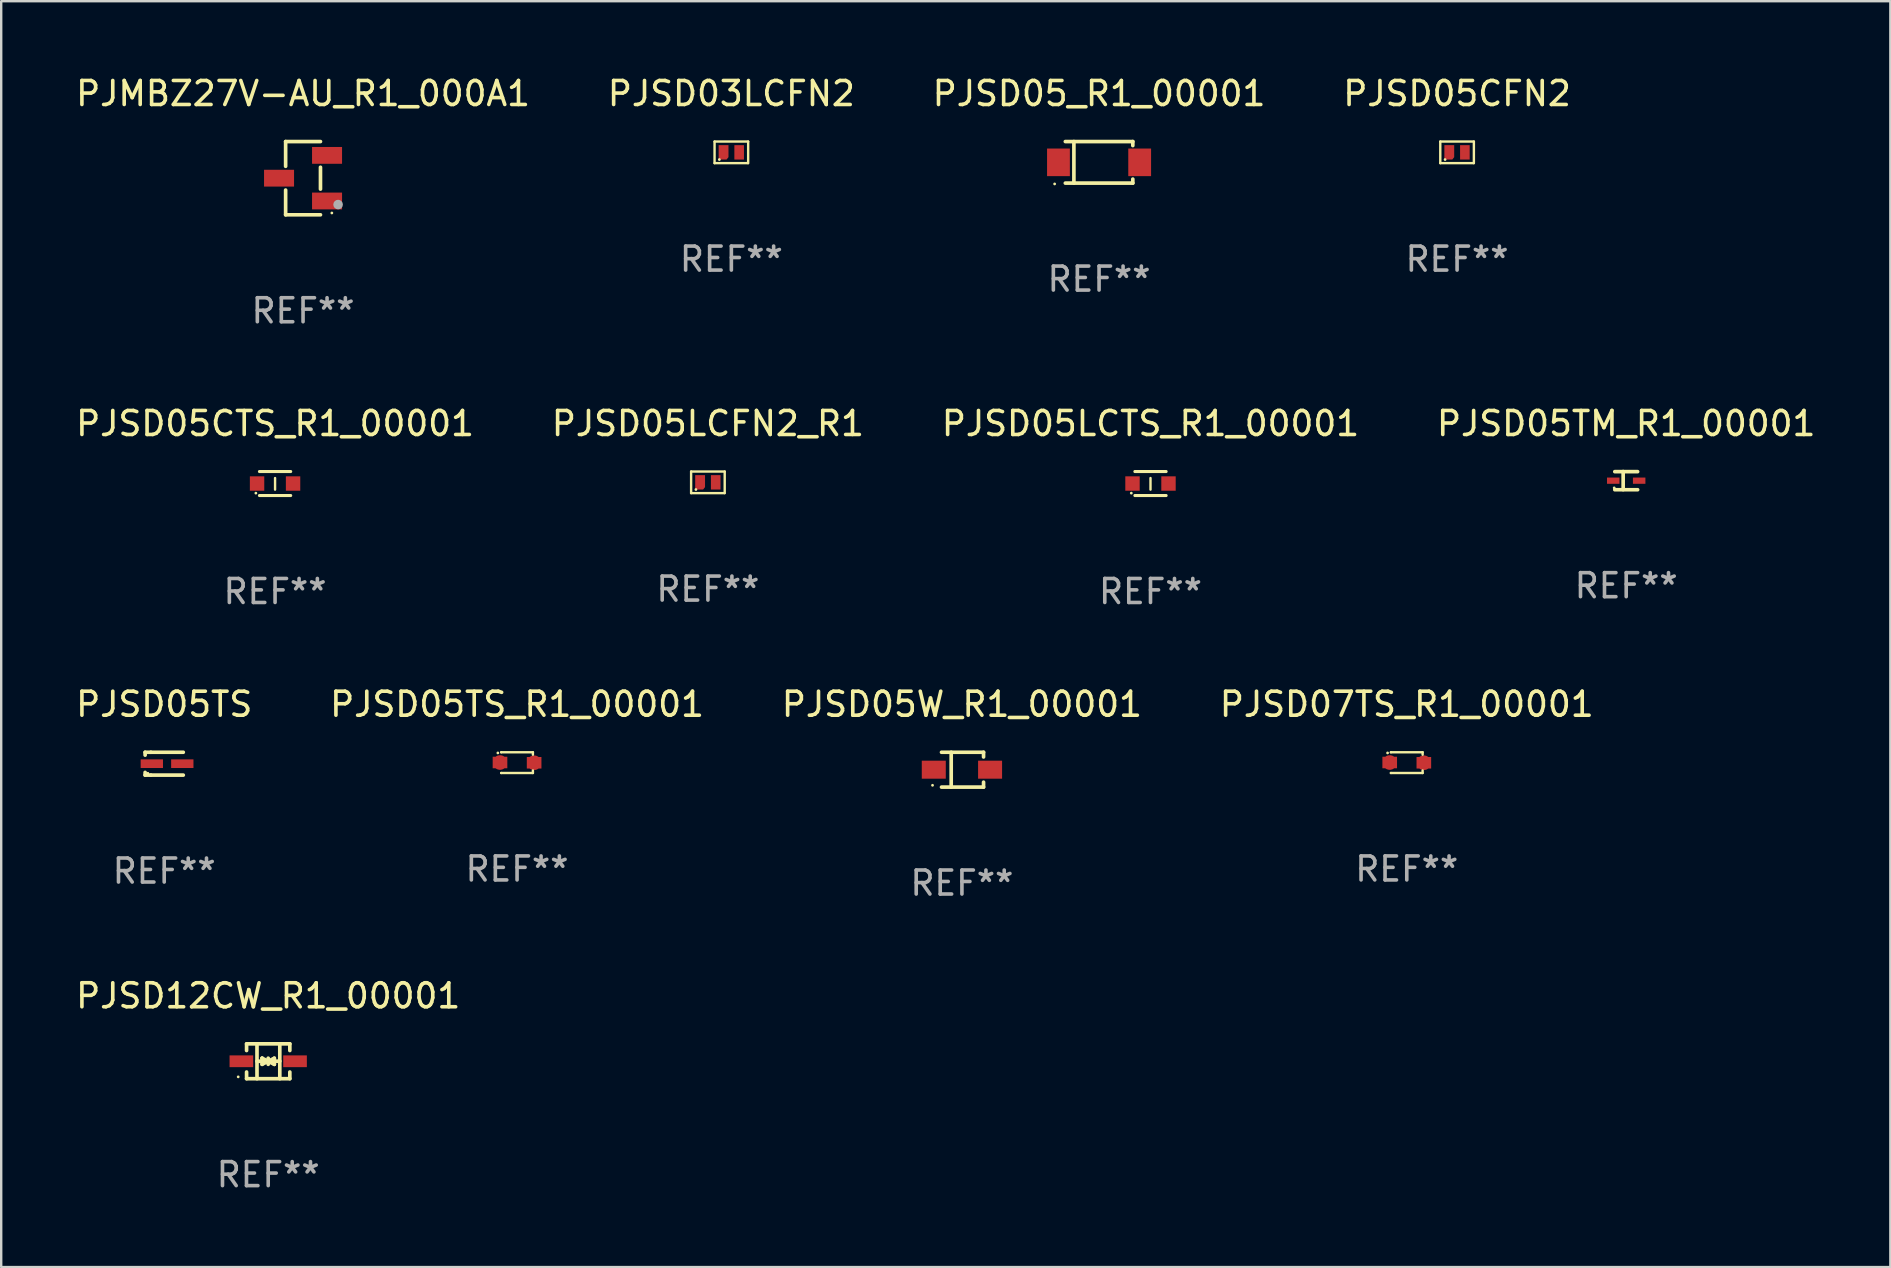
<source format=kicad_pcb>
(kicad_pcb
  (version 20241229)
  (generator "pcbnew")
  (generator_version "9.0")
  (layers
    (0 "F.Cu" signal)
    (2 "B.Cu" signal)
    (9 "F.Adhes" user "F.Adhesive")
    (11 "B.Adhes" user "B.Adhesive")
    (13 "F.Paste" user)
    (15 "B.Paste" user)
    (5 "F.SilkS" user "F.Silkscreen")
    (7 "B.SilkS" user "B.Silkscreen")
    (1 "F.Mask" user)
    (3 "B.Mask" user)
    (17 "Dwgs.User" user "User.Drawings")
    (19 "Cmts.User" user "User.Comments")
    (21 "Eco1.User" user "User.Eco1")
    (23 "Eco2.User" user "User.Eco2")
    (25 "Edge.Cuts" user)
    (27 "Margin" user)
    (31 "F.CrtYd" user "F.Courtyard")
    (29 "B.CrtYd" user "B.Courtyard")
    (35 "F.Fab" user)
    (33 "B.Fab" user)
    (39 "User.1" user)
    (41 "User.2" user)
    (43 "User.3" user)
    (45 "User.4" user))
  (footprint "PJSD05LCFN2_R1"
    (layer "F.Cu")
    (at 26.446 17.047)
    (property "Reference" "PJSD05LCFN2_R1" (at 0 -2.45 0) (layer "F.SilkS") (effects (font (size 1 1) (thickness 0.15))))
    (attr through_hole)
    (fp_line (start -0.7 -0.45) (end -0.7 0.45) (stroke (width 0.1) (type solid)) (layer "F.SilkS"))
    (fp_line (start -0.7 -0.45) (end 0.7 -0.45) (stroke (width 0.1) (type solid)) (layer "F.SilkS"))
    (fp_line (start -0.7 0.45) (end 0.69 0.45) (stroke (width 0.1) (type solid)) (layer "F.SilkS"))
    (fp_line (start 0.7 -0.45) (end 0.7 0.45) (stroke (width 0.1) (type solid)) (layer "F.SilkS"))
    (fp_circle (center -0.5 0.3) (end -0.47 0.3) (stroke (width 0.06) (type solid)) (fill no) (layer "F.SilkS"))
    (fp_text user "REF**" (at 0 4.45 0) (layer "F.Fab") (effects (font (size 1 1) (thickness 0.15))))
    (pad "1" smd custom (at -0.325 0) (size 0.41 0.6) (layers "F.Cu" "F.Mask" "F.Paste") (options (anchor circle)) (primitives (gr_poly (pts (xy -0.205 -0.3) (xy -0.205 0.3) (xy 0.125 0.3) (xy 0.205 0.2) (xy 0.205 -0.3) (xy -0.205 -0.3)) (width 0) (fill yes))))
    (pad "2" smd rect (at 0.325 0 90) (size 0.6 0.4) (layers "F.Cu" "F.Mask" "F.Paste")))
  (footprint "PJSD05CTS_R1_00001"
    (layer "F.Cu")
    (at 8.411 17.097)
    (property "Reference" "PJSD05CTS_R1_00001" (at 0 -2.5 0) (layer "F.SilkS") (effects (font (size 1 1) (thickness 0.15))))
    (attr through_hole)
    (fp_line (start -0.65 -0.5) (end 0.65 -0.5) (stroke (width 0.13) (type solid)) (layer "F.SilkS"))
    (fp_line (start -0.65 0.5) (end 0.65 0.5) (stroke (width 0.13) (type solid)) (layer "F.SilkS"))
    (fp_line (start 0 -0.229) (end 0 0.254) (stroke (width 0.1) (type solid)) (layer "F.SilkS"))
    (fp_circle (center -0.8 0.4) (end -0.77 0.4) (stroke (width 0.06) (type solid)) (fill no) (layer "F.SilkS"))
    (fp_text user "REF**" (at 0 4.5 0) (layer "F.Fab") (effects (font (size 1 1) (thickness 0.15))))
    (pad "1" smd rect (at -0.75 0) (size 0.6 0.6) (layers "F.Cu" "F.Mask" "F.Paste"))
    (pad "2" smd rect (at 0.75 0 180) (size 0.6 0.6) (layers "F.Cu" "F.Mask" "F.Paste")))
  (footprint "PJSD05TS_R1_00001"
    (layer "F.Cu")
    (at 18.494 28.726)
    (property "Reference" "PJSD05TS_R1_00001" (at 0 -2.432 0) (layer "F.SilkS") (effects (font (size 1 1) (thickness 0.15))))
    (attr through_hole)
    (fp_line (start -0.661 0.432) (end -0.661 0.432) (stroke (width 0.1) (type solid)) (layer "F.SilkS"))
    (fp_line (start -0.661 -0.432) (end -0.661 -0.432) (stroke (width 0.1) (type solid)) (layer "F.SilkS"))
    (fp_line (start -0.661 -0.432) (end 0.66 -0.432) (stroke (width 0.1) (type solid)) (layer "F.SilkS"))
    (fp_line (start 0.66 0.326) (end 0.66 0.432) (stroke (width 0.1) (type solid)) (layer "F.SilkS"))
    (fp_line (start 0.66 0.432) (end -0.661 0.432) (stroke (width 0.1) (type solid)) (layer "F.SilkS"))
    (fp_line (start 0.66 -0.432) (end 0.66 -0.33) (stroke (width 0.1) (type solid)) (layer "F.SilkS"))
    (fp_circle (center -0.8 -0.404) (end -0.77 -0.404) (stroke (width 0.06) (type solid)) (fill no) (layer "F.SilkS"))
    (fp_text user "REF**" (at 0 4.432 0) (layer "F.Fab") (effects (font (size 1 1) (thickness 0.15))))
    (pad "1" smd custom (at -0.711 -0.005) (size 0.61 0.483) (layers "F.Cu" "F.Mask" "F.Paste") (options (anchor circle)) (primitives (gr_poly (pts (xy -0.305 -0.241) (xy 0.305 -0.241) (xy 0.305 0.241) (xy -0.305 0.241)) (width 0) (fill yes))))
    (pad "2" smd custom (at 0.711 0.005) (size 0.61 0.483) (layers "F.Cu" "F.Mask" "F.Paste") (options (anchor circle)) (primitives (gr_poly (pts (xy -0.305 -0.241) (xy 0.305 -0.241) (xy 0.305 0.241) (xy -0.305 0.241)) (width 0) (fill yes)))))
  (footprint "PJSD07TS_R1_00001"
    (layer "F.Cu")
    (at 55.565 28.726)
    (property "Reference" "PJSD07TS_R1_00001" (at 0 -2.432 0) (layer "F.SilkS") (effects (font (size 1 1) (thickness 0.15))))
    (attr through_hole)
    (fp_line (start -0.661 0.432) (end -0.661 0.432) (stroke (width 0.1) (type solid)) (layer "F.SilkS"))
    (fp_line (start -0.661 -0.432) (end -0.661 -0.432) (stroke (width 0.1) (type solid)) (layer "F.SilkS"))
    (fp_line (start -0.661 -0.432) (end 0.66 -0.432) (stroke (width 0.1) (type solid)) (layer "F.SilkS"))
    (fp_line (start 0.66 0.326) (end 0.66 0.432) (stroke (width 0.1) (type solid)) (layer "F.SilkS"))
    (fp_line (start 0.66 0.432) (end -0.661 0.432) (stroke (width 0.1) (type solid)) (layer "F.SilkS"))
    (fp_line (start 0.66 -0.432) (end 0.66 -0.33) (stroke (width 0.1) (type solid)) (layer "F.SilkS"))
    (fp_circle (center -0.8 -0.404) (end -0.77 -0.404) (stroke (width 0.06) (type solid)) (fill no) (layer "F.SilkS"))
    (fp_text user "REF**" (at 0 4.432 0) (layer "F.Fab") (effects (font (size 1 1) (thickness 0.15))))
    (pad "1" smd custom (at -0.711 -0.005) (size 0.61 0.483) (layers "F.Cu" "F.Mask" "F.Paste") (options (anchor circle)) (primitives (gr_poly (pts (xy -0.305 -0.241) (xy 0.305 -0.241) (xy 0.305 0.241) (xy -0.305 0.241)) (width 0) (fill yes))))
    (pad "2" smd custom (at 0.711 0.005) (size 0.61 0.483) (layers "F.Cu" "F.Mask" "F.Paste") (options (anchor circle)) (primitives (gr_poly (pts (xy -0.305 -0.241) (xy 0.305 -0.241) (xy 0.305 0.241) (xy -0.305 0.241)) (width 0) (fill yes)))))
  (footprint "PJSD05CFN2"
    (layer "F.Cu")
    (at 57.661 3.298)
    (property "Reference" "PJSD05CFN2" (at 0 -2.45 0) (layer "F.SilkS") (effects (font (size 1 1) (thickness 0.15))))
    (attr through_hole)
    (fp_line (start -0.7 -0.45) (end -0.7 0.45) (stroke (width 0.1) (type solid)) (layer "F.SilkS"))
    (fp_line (start -0.7 -0.45) (end 0.7 -0.45) (stroke (width 0.1) (type solid)) (layer "F.SilkS"))
    (fp_line (start -0.7 0.45) (end 0.69 0.45) (stroke (width 0.1) (type solid)) (layer "F.SilkS"))
    (fp_line (start 0.7 -0.45) (end 0.7 0.45) (stroke (width 0.1) (type solid)) (layer "F.SilkS"))
    (fp_circle (center -0.5 0.3) (end -0.47 0.3) (stroke (width 0.06) (type solid)) (fill no) (layer "F.SilkS"))
    (fp_text user "REF**" (at 0 4.45 0) (layer "F.Fab") (effects (font (size 1 1) (thickness 0.15))))
    (pad "1" smd custom (at -0.325 0) (size 0.41 0.6) (layers "F.Cu" "F.Mask" "F.Paste") (options (anchor circle)) (primitives (gr_poly (pts (xy -0.205 -0.3) (xy -0.205 0.3) (xy 0.125 0.3) (xy 0.205 0.2) (xy 0.205 -0.3) (xy -0.205 -0.3)) (width 0) (fill yes))))
    (pad "2" smd rect (at 0.325 0 90) (size 0.6 0.4) (layers "F.Cu" "F.Mask" "F.Paste")))
  (footprint "PJSD05LCTS_R1_00001"
    (layer "F.Cu")
    (at 44.887 17.097)
    (property "Reference" "PJSD05LCTS_R1_00001" (at 0 -2.5 0) (layer "F.SilkS") (effects (font (size 1 1) (thickness 0.15))))
    (attr through_hole)
    (fp_line (start -0.65 -0.5) (end 0.65 -0.5) (stroke (width 0.13) (type solid)) (layer "F.SilkS"))
    (fp_line (start -0.65 0.5) (end 0.65 0.5) (stroke (width 0.13) (type solid)) (layer "F.SilkS"))
    (fp_line (start 0 -0.229) (end 0 0.254) (stroke (width 0.1) (type solid)) (layer "F.SilkS"))
    (fp_circle (center -0.8 0.4) (end -0.77 0.4) (stroke (width 0.06) (type solid)) (fill no) (layer "F.SilkS"))
    (fp_text user "REF**" (at 0 4.5 0) (layer "F.Fab") (effects (font (size 1 1) (thickness 0.15))))
    (pad "1" smd rect (at -0.75 0) (size 0.6 0.6) (layers "F.Cu" "F.Mask" "F.Paste"))
    (pad "2" smd rect (at 0.75 0 180) (size 0.6 0.6) (layers "F.Cu" "F.Mask" "F.Paste")))
  (footprint "PJSD05W_R1_00001"
    (layer "F.Cu")
    (at 37.03 29.02)
    (property "Reference" "PJSD05W_R1_00001" (at 0 -2.726 0) (layer "F.SilkS") (effects (font (size 1 1) (thickness 0.15))))
    (attr through_hole)
    (fp_line (start -0.851 -0.726) (end 0.901 -0.726) (stroke (width 0.152) (type solid)) (layer "F.SilkS"))
    (fp_line (start -0.851 0.726) (end 0.901 0.726) (stroke (width 0.152) (type solid)) (layer "F.SilkS"))
    (fp_line (start -0.447 -0.726) (end -0.447 0.726) (stroke (width 0.152) (type solid)) (layer "F.SilkS"))
    (fp_line (start 0.901 -0.726) (end 0.901 -0.53) (stroke (width 0.152) (type solid)) (layer "F.SilkS"))
    (fp_line (start 0.901 0.726) (end 0.901 0.52) (stroke (width 0.152) (type solid)) (layer "F.SilkS"))
    (fp_circle (center -1.225 0.65) (end -1.195 0.65) (stroke (width 0.06) (type solid)) (fill no) (layer "F.SilkS"))
    (fp_text user "REF**" (at 0 4.726 0) (layer "F.Fab") (effects (font (size 1 1) (thickness 0.15))))
    (pad "1" smd rect (at -1.173 0) (size 1 0.75) (layers "F.Cu" "F.Mask" "F.Paste"))
    (pad "2" smd rect (at 1.173 0) (size 1 0.75) (layers "F.Cu" "F.Mask" "F.Paste")))
  (footprint "PJMBZ27V-AU_R1_000A1"
    (layer "F.Cu")
    (at 9.577 4.374)
    (property "Reference" "PJMBZ27V-AU_R1_000A1" (at 0 -3.526 0) (layer "F.SilkS") (effects (font (size 1 1) (thickness 0.15))))
    (attr through_hole)
    (fp_line (start -0.726 -1.526) (end -0.726 -0.495) (stroke (width 0.152) (type solid)) (layer "F.SilkS"))
    (fp_line (start -0.726 1.526) (end -0.726 0.495) (stroke (width 0.152) (type solid)) (layer "F.SilkS"))
    (fp_line (start 0.726 -1.526) (end -0.726 -1.526) (stroke (width 0.152) (type solid)) (layer "F.SilkS"))
    (fp_line (start 0.726 -0.455) (end 0.726 0.455) (stroke (width 0.152) (type solid)) (layer "F.SilkS"))
    (fp_line (start 0.726 1.526) (end -0.726 1.526) (stroke (width 0.152) (type solid)) (layer "F.SilkS"))
    (fp_circle (center 1.2 1.45) (end 1.23 1.45) (stroke (width 0.06) (type solid)) (fill no) (layer "F.SilkS"))
    (fp_circle (center 1.46 1.1) (end 1.56 1.1) (stroke (width 0.2) (type solid)) (fill no) (layer "F.Fab"))
    (fp_text user "REF**" (at 0 5.526 0) (layer "F.Fab") (effects (font (size 1 1) (thickness 0.15))))
    (pad "1" smd rect (at 1 0.95) (size 1.25 0.7) (layers "F.Cu" "F.Mask" "F.Paste"))
    (pad "2" smd rect (at 1 -0.95) (size 1.25 0.7) (layers "F.Cu" "F.Mask" "F.Paste"))
    (pad "3" smd rect (at -1 0) (size 1.25 0.7) (layers "F.Cu" "F.Mask" "F.Paste")))
  (footprint "PJSD05TS"
    (layer "F.Cu")
    (at 3.792 28.77)
    (property "Reference" "PJSD05TS" (at 0 -2.476 0) (layer "F.SilkS") (effects (font (size 1 1) (thickness 0.15))))
    (attr through_hole)
    (fp_line (start -0.795 -0.476) (end -0.795 -0.356) (stroke (width 0.152) (type solid)) (layer "F.SilkS"))
    (fp_line (start -0.795 0.363) (end -0.795 0.476) (stroke (width 0.152) (type solid)) (layer "F.SilkS"))
    (fp_line (start -0.795 0.476) (end -0.557 0.476) (stroke (width 0.152) (type solid)) (layer "F.SilkS"))
    (fp_line (start -0.557 -0.476) (end -0.795 -0.476) (stroke (width 0.152) (type solid)) (layer "F.SilkS"))
    (fp_line (start -0.557 -0.476) (end 0.795 -0.476) (stroke (width 0.152) (type solid)) (layer "F.SilkS"))
    (fp_line (start -0.557 0.476) (end 0.795 0.476) (stroke (width 0.152) (type solid)) (layer "F.SilkS"))
    (fp_circle (center -0.681 0.4) (end -0.651 0.4) (stroke (width 0.06) (type solid)) (fill no) (layer "F.SilkS"))
    (fp_text user "REF**" (at 0 4.476 0) (layer "F.Fab") (effects (font (size 1 1) (thickness 0.15))))
    (pad "1" smd rect (at -0.516 0 180) (size 0.93 0.36) (layers "F.Cu" "F.Mask" "F.Paste"))
    (pad "2" smd rect (at 0.754 0 180) (size 0.93 0.36) (layers "F.Cu" "F.Mask" "F.Paste")))
  (footprint "PJSD05_R1_00001"
    (layer "F.Cu")
    (at 42.744 3.714)
    (property "Reference" "PJSD05_R1_00001" (at 0 -2.866 0) (layer "F.SilkS") (effects (font (size 1 1) (thickness 0.15))))
    (attr through_hole)
    (fp_line (start -1.406 -0.866) (end 1.406 -0.866) (stroke (width 0.152) (type solid)) (layer "F.SilkS"))
    (fp_line (start -1.406 0.866) (end 1.406 0.866) (stroke (width 0.152) (type solid)) (layer "F.SilkS"))
    (fp_line (start -1.049 -0.866) (end -1.049 0.866) (stroke (width 0.152) (type solid)) (layer "F.SilkS"))
    (fp_line (start 1.406 -0.866) (end 1.406 -0.698) (stroke (width 0.152) (type solid)) (layer "F.SilkS"))
    (fp_line (start 1.406 0.866) (end 1.406 0.698) (stroke (width 0.152) (type solid)) (layer "F.SilkS"))
    (fp_circle (center -1.851 0.9) (end -1.821 0.9) (stroke (width 0.06) (type solid)) (fill no) (layer "F.SilkS"))
    (fp_text user "REF**" (at 0 4.866 0) (layer "F.Fab") (effects (font (size 1 1) (thickness 0.15))))
    (pad "1" smd rect (at -1.692 0) (size 0.95 1.15) (layers "F.Cu" "F.Mask" "F.Paste"))
    (pad "2" smd rect (at 1.692 0) (size 0.95 1.15) (layers "F.Cu" "F.Mask" "F.Paste")))
  (footprint "PJSD03LCFN2"
    (layer "F.Cu")
    (at 27.423 3.298)
    (property "Reference" "PJSD03LCFN2" (at 0 -2.45 0) (layer "F.SilkS") (effects (font (size 1 1) (thickness 0.15))))
    (attr through_hole)
    (fp_line (start -0.7 -0.45) (end -0.7 0.45) (stroke (width 0.1) (type solid)) (layer "F.SilkS"))
    (fp_line (start -0.7 -0.45) (end 0.7 -0.45) (stroke (width 0.1) (type solid)) (layer "F.SilkS"))
    (fp_line (start -0.7 0.45) (end 0.69 0.45) (stroke (width 0.1) (type solid)) (layer "F.SilkS"))
    (fp_line (start 0.7 -0.45) (end 0.7 0.45) (stroke (width 0.1) (type solid)) (layer "F.SilkS"))
    (fp_circle (center -0.5 0.3) (end -0.47 0.3) (stroke (width 0.06) (type solid)) (fill no) (layer "F.SilkS"))
    (fp_text user "REF**" (at 0 4.45 0) (layer "F.Fab") (effects (font (size 1 1) (thickness 0.15))))
    (pad "1" smd custom (at -0.325 0) (size 0.41 0.6) (layers "F.Cu" "F.Mask" "F.Paste") (options (anchor circle)) (primitives (gr_poly (pts (xy -0.205 -0.3) (xy -0.205 0.3) (xy 0.125 0.3) (xy 0.205 0.2) (xy 0.205 -0.3) (xy -0.205 -0.3)) (width 0) (fill yes))))
    (pad "2" smd rect (at 0.325 0 90) (size 0.6 0.4) (layers "F.Cu" "F.Mask" "F.Paste")))
  (footprint "PJSD05TM_R1_00001"
    (layer "F.Cu")
    (at 64.708 16.976)
    (property "Reference" "PJSD05TM_R1_00001" (at 0 -2.379 0) (layer "F.SilkS") (effects (font (size 1 1) (thickness 0.15))))
    (attr through_hole)
    (fp_line (start -0.476 -0.374) (end 0.476 -0.374) (stroke (width 0.152) (type solid)) (layer "F.SilkS"))
    (fp_line (start -0.476 0.379) (end 0.476 0.379) (stroke (width 0.152) (type solid)) (layer "F.SilkS"))
    (fp_line (start -0.127 -0.379) (end -0.127 0.374) (stroke (width 0.152) (type solid)) (layer "F.SilkS"))
    (fp_circle (center -0.5 0.302) (end -0.47 0.302) (stroke (width 0.06) (type solid)) (fill no) (layer "F.SilkS"))
    (fp_text user "REF**" (at 0 4.379 0) (layer "F.Fab") (effects (font (size 1 1) (thickness 0.15))))
    (pad "1" smd rect (at -0.54 0.002 180) (size 0.52 0.26) (layers "F.Cu" "F.Mask" "F.Paste"))
    (pad "2" smd rect (at 0.54 0.002 180) (size 0.52 0.26) (layers "F.Cu" "F.Mask" "F.Paste")))
  (footprint "PJSD12CW_R1_00001"
    (layer "F.Cu")
    (at 8.125 41.169)
    (property "Reference" "PJSD12CW_R1_00001" (at 0 -2.726 0) (layer "F.SilkS") (effects (font (size 1 1) (thickness 0.15))))
    (attr through_hole)
    (fp_line (start -0.901 -0.726) (end -0.901 -0.448) (stroke (width 0.152) (type solid)) (layer "F.SilkS"))
    (fp_line (start -0.901 0.726) (end -0.901 0.448) (stroke (width 0.152) (type solid)) (layer "F.SilkS"))
    (fp_line (start -0.467 0) (end 0.483 -0.003) (stroke (width 0.154) (type solid)) (layer "F.SilkS"))
    (fp_line (start -0.467 0.726) (end -0.467 -0.726) (stroke (width 0.152) (type solid)) (layer "F.SilkS"))
    (fp_line (start -0.254 -0.127) (end -0.254 -0.127) (stroke (width 0.154) (type solid)) (layer "F.SilkS"))
    (fp_line (start -0.254 -0.127) (end -0.002 -0.003) (stroke (width 0.154) (type solid)) (layer "F.SilkS"))
    (fp_line (start -0.254 0.127) (end -0.254 -0.127) (stroke (width 0.154) (type solid)) (layer "F.SilkS"))
    (fp_line (start -0.127 0) (end 0.003 0) (stroke (width 0.154) (type solid)) (layer "F.SilkS"))
    (fp_line (start -0.003 0) (end -0.254 0.127) (stroke (width 0.154) (type solid)) (layer "F.SilkS"))
    (fp_line (start 0 -0.127) (end 0 0.127) (stroke (width 0.154) (type solid)) (layer "F.SilkS"))
    (fp_line (start 0.003 0) (end 0.254 -0.127) (stroke (width 0.154) (type solid)) (layer "F.SilkS"))
    (fp_line (start 0.127 0) (end -0.003 0) (stroke (width 0.154) (type solid)) (layer "F.SilkS"))
    (fp_line (start 0.254 -0.127) (end 0.254 0.127) (stroke (width 0.154) (type solid)) (layer "F.SilkS"))
    (fp_line (start 0.254 0.127) (end 0.002 0.003) (stroke (width 0.154) (type solid)) (layer "F.SilkS"))
    (fp_line (start 0.254 0.127) (end 0.254 0.127) (stroke (width 0.154) (type solid)) (layer "F.SilkS"))
    (fp_line (start 0.483 0.726) (end 0.483 -0.726) (stroke (width 0.152) (type solid)) (layer "F.SilkS"))
    (fp_line (start 0.901 -0.726) (end -0.901 -0.726) (stroke (width 0.152) (type solid)) (layer "F.SilkS"))
    (fp_line (start 0.901 -0.726) (end 0.901 -0.448) (stroke (width 0.152) (type solid)) (layer "F.SilkS"))
    (fp_line (start 0.901 0.726) (end -0.901 0.726) (stroke (width 0.152) (type solid)) (layer "F.SilkS"))
    (fp_line (start 0.901 0.726) (end 0.901 0.448) (stroke (width 0.152) (type solid)) (layer "F.SilkS"))
    (fp_circle (center -1.25 0.65) (end -1.22 0.65) (stroke (width 0.06) (type solid)) (fill no) (layer "F.SilkS"))
    (fp_text user "REF**" (at 0 4.726 0) (layer "F.Fab") (effects (font (size 1 1) (thickness 0.15))))
    (pad "1" smd rect (at -1.118 0) (size 0.985 0.49) (layers "F.Cu" "F.Mask" "F.Paste"))
    (pad "2" smd rect (at 1.118 0) (size 0.985 0.49) (layers "F.Cu" "F.Mask" "F.Paste")))
  (gr_rect
    (start -3 -3)
    (end 75.714 49.743)
    (stroke (width 0.1) (type default))
    (fill no)
    (layer "Edge.Cuts")))
</source>
